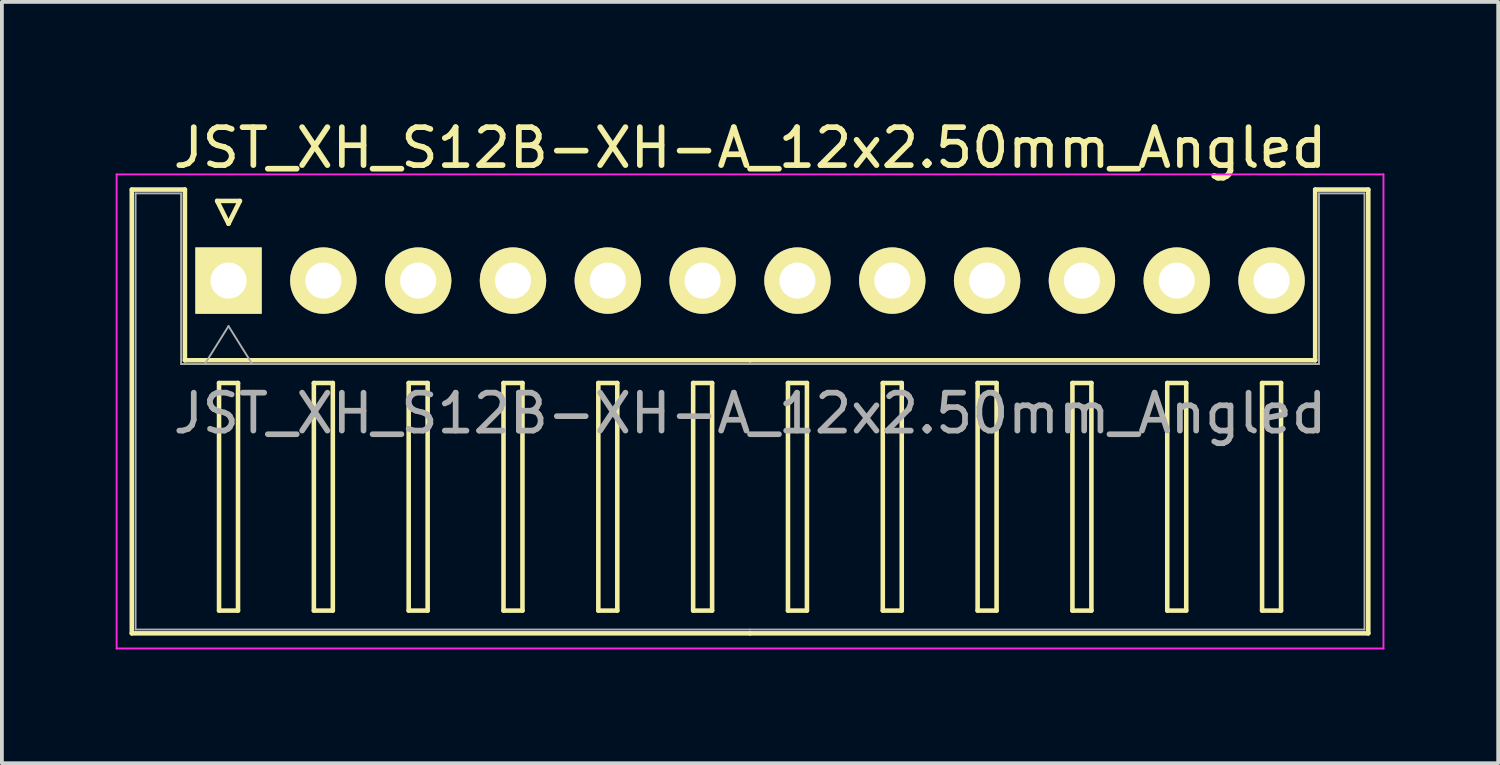
<source format=kicad_pcb>
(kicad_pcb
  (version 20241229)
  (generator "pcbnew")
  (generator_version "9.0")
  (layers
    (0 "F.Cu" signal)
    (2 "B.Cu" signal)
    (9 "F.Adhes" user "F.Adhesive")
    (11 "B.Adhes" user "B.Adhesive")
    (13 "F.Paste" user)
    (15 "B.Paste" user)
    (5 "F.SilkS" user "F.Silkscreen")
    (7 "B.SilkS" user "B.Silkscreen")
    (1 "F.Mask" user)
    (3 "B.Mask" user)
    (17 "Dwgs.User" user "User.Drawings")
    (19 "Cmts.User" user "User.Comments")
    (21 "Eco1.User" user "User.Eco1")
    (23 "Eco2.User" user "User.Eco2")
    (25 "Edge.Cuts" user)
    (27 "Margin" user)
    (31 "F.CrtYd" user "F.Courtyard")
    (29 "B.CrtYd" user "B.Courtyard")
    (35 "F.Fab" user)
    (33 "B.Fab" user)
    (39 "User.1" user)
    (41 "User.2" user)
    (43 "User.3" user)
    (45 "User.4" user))
  (footprint "JST_XH_S12B-XH-A_12x2.50mm_Angled"
    (layer "F.Cu")
    (at 2.975 4.348)
    (property "Reference" "JST_XH_S12B-XH-A_12x2.50mm_Angled" (at 13.75 3.5 0) (layer "F.Fab") (effects (font (size 1 1) (thickness 0.15))))
    (attr through_hole)
    (fp_line (start -2.55 -2.4) (end -1.15 -2.4) (stroke (width 0.12) (type solid)) (layer "F.SilkS"))
    (fp_line (start -2.55 9.3) (end -2.55 -2.4) (stroke (width 0.12) (type solid)) (layer "F.SilkS"))
    (fp_line (start -1.15 -2.4) (end -1.15 2.1) (stroke (width 0.12) (type solid)) (layer "F.SilkS"))
    (fp_line (start -1.15 2.1) (end 13.75 2.1) (stroke (width 0.12) (type solid)) (layer "F.SilkS"))
    (fp_line (start -0.3 -2.1) (end 0.3 -2.1) (stroke (width 0.12) (type solid)) (layer "F.SilkS"))
    (fp_line (start -0.25 2.7) (end -0.25 8.7) (stroke (width 0.12) (type solid)) (layer "F.SilkS"))
    (fp_line (start -0.25 8.7) (end 0.25 8.7) (stroke (width 0.12) (type solid)) (layer "F.SilkS"))
    (fp_line (start 0 -1.5) (end -0.3 -2.1) (stroke (width 0.12) (type solid)) (layer "F.SilkS"))
    (fp_line (start 0.25 2.7) (end -0.25 2.7) (stroke (width 0.12) (type solid)) (layer "F.SilkS"))
    (fp_line (start 0.25 8.7) (end 0.25 2.7) (stroke (width 0.12) (type solid)) (layer "F.SilkS"))
    (fp_line (start 0.3 -2.1) (end 0 -1.5) (stroke (width 0.12) (type solid)) (layer "F.SilkS"))
    (fp_line (start 2.25 2.7) (end 2.25 8.7) (stroke (width 0.12) (type solid)) (layer "F.SilkS"))
    (fp_line (start 2.25 8.7) (end 2.75 8.7) (stroke (width 0.12) (type solid)) (layer "F.SilkS"))
    (fp_line (start 2.75 2.7) (end 2.25 2.7) (stroke (width 0.12) (type solid)) (layer "F.SilkS"))
    (fp_line (start 2.75 8.7) (end 2.75 2.7) (stroke (width 0.12) (type solid)) (layer "F.SilkS"))
    (fp_line (start 4.75 2.7) (end 4.75 8.7) (stroke (width 0.12) (type solid)) (layer "F.SilkS"))
    (fp_line (start 4.75 8.7) (end 5.25 8.7) (stroke (width 0.12) (type solid)) (layer "F.SilkS"))
    (fp_line (start 5.25 2.7) (end 4.75 2.7) (stroke (width 0.12) (type solid)) (layer "F.SilkS"))
    (fp_line (start 5.25 8.7) (end 5.25 2.7) (stroke (width 0.12) (type solid)) (layer "F.SilkS"))
    (fp_line (start 7.25 2.7) (end 7.25 8.7) (stroke (width 0.12) (type solid)) (layer "F.SilkS"))
    (fp_line (start 7.25 8.7) (end 7.75 8.7) (stroke (width 0.12) (type solid)) (layer "F.SilkS"))
    (fp_line (start 7.75 2.7) (end 7.25 2.7) (stroke (width 0.12) (type solid)) (layer "F.SilkS"))
    (fp_line (start 7.75 8.7) (end 7.75 2.7) (stroke (width 0.12) (type solid)) (layer "F.SilkS"))
    (fp_line (start 9.75 2.7) (end 9.75 8.7) (stroke (width 0.12) (type solid)) (layer "F.SilkS"))
    (fp_line (start 9.75 8.7) (end 10.25 8.7) (stroke (width 0.12) (type solid)) (layer "F.SilkS"))
    (fp_line (start 10.25 2.7) (end 9.75 2.7) (stroke (width 0.12) (type solid)) (layer "F.SilkS"))
    (fp_line (start 10.25 8.7) (end 10.25 2.7) (stroke (width 0.12) (type solid)) (layer "F.SilkS"))
    (fp_line (start 12.25 2.7) (end 12.25 8.7) (stroke (width 0.12) (type solid)) (layer "F.SilkS"))
    (fp_line (start 12.25 8.7) (end 12.75 8.7) (stroke (width 0.12) (type solid)) (layer "F.SilkS"))
    (fp_line (start 12.75 2.7) (end 12.25 2.7) (stroke (width 0.12) (type solid)) (layer "F.SilkS"))
    (fp_line (start 12.75 8.7) (end 12.75 2.7) (stroke (width 0.12) (type solid)) (layer "F.SilkS"))
    (fp_line (start 13.75 9.3) (end -2.55 9.3) (stroke (width 0.12) (type solid)) (layer "F.SilkS"))
    (fp_line (start 13.75 9.3) (end 30.05 9.3) (stroke (width 0.12) (type solid)) (layer "F.SilkS"))
    (fp_line (start 14.75 2.7) (end 14.75 8.7) (stroke (width 0.12) (type solid)) (layer "F.SilkS"))
    (fp_line (start 14.75 8.7) (end 15.25 8.7) (stroke (width 0.12) (type solid)) (layer "F.SilkS"))
    (fp_line (start 15.25 2.7) (end 14.75 2.7) (stroke (width 0.12) (type solid)) (layer "F.SilkS"))
    (fp_line (start 15.25 8.7) (end 15.25 2.7) (stroke (width 0.12) (type solid)) (layer "F.SilkS"))
    (fp_line (start 17.25 2.7) (end 17.25 8.7) (stroke (width 0.12) (type solid)) (layer "F.SilkS"))
    (fp_line (start 17.25 8.7) (end 17.75 8.7) (stroke (width 0.12) (type solid)) (layer "F.SilkS"))
    (fp_line (start 17.75 2.7) (end 17.25 2.7) (stroke (width 0.12) (type solid)) (layer "F.SilkS"))
    (fp_line (start 17.75 8.7) (end 17.75 2.7) (stroke (width 0.12) (type solid)) (layer "F.SilkS"))
    (fp_line (start 19.75 2.7) (end 19.75 8.7) (stroke (width 0.12) (type solid)) (layer "F.SilkS"))
    (fp_line (start 19.75 8.7) (end 20.25 8.7) (stroke (width 0.12) (type solid)) (layer "F.SilkS"))
    (fp_line (start 20.25 2.7) (end 19.75 2.7) (stroke (width 0.12) (type solid)) (layer "F.SilkS"))
    (fp_line (start 20.25 8.7) (end 20.25 2.7) (stroke (width 0.12) (type solid)) (layer "F.SilkS"))
    (fp_line (start 22.25 2.7) (end 22.25 8.7) (stroke (width 0.12) (type solid)) (layer "F.SilkS"))
    (fp_line (start 22.25 8.7) (end 22.75 8.7) (stroke (width 0.12) (type solid)) (layer "F.SilkS"))
    (fp_line (start 22.75 2.7) (end 22.25 2.7) (stroke (width 0.12) (type solid)) (layer "F.SilkS"))
    (fp_line (start 22.75 8.7) (end 22.75 2.7) (stroke (width 0.12) (type solid)) (layer "F.SilkS"))
    (fp_line (start 24.75 2.7) (end 24.75 8.7) (stroke (width 0.12) (type solid)) (layer "F.SilkS"))
    (fp_line (start 24.75 8.7) (end 25.25 8.7) (stroke (width 0.12) (type solid)) (layer "F.SilkS"))
    (fp_line (start 25.25 2.7) (end 24.75 2.7) (stroke (width 0.12) (type solid)) (layer "F.SilkS"))
    (fp_line (start 25.25 8.7) (end 25.25 2.7) (stroke (width 0.12) (type solid)) (layer "F.SilkS"))
    (fp_line (start 27.25 2.7) (end 27.25 8.7) (stroke (width 0.12) (type solid)) (layer "F.SilkS"))
    (fp_line (start 27.25 8.7) (end 27.75 8.7) (stroke (width 0.12) (type solid)) (layer "F.SilkS"))
    (fp_line (start 27.75 2.7) (end 27.25 2.7) (stroke (width 0.12) (type solid)) (layer "F.SilkS"))
    (fp_line (start 27.75 8.7) (end 27.75 2.7) (stroke (width 0.12) (type solid)) (layer "F.SilkS"))
    (fp_line (start 28.65 -2.4) (end 28.65 2.1) (stroke (width 0.12) (type solid)) (layer "F.SilkS"))
    (fp_line (start 28.65 2.1) (end 13.75 2.1) (stroke (width 0.12) (type solid)) (layer "F.SilkS"))
    (fp_line (start 30.05 -2.4) (end 28.65 -2.4) (stroke (width 0.12) (type solid)) (layer "F.SilkS"))
    (fp_line (start 30.05 9.3) (end 30.05 -2.4) (stroke (width 0.12) (type solid)) (layer "F.SilkS"))
    (fp_line (start -2.95 -2.8) (end -2.95 9.7) (stroke (width 0.05) (type solid)) (layer "F.CrtYd"))
    (fp_line (start -2.95 9.7) (end 30.45 9.7) (stroke (width 0.05) (type solid)) (layer "F.CrtYd"))
    (fp_line (start 30.45 -2.8) (end -2.95 -2.8) (stroke (width 0.05) (type solid)) (layer "F.CrtYd"))
    (fp_line (start 30.45 9.7) (end 30.45 -2.8) (stroke (width 0.05) (type solid)) (layer "F.CrtYd"))
    (fp_line (start -2.45 -2.3) (end -1.25 -2.3) (stroke (width 0.05) (type solid)) (layer "F.Fab"))
    (fp_line (start -2.45 9.2) (end -2.45 -2.3) (stroke (width 0.05) (type solid)) (layer "F.Fab"))
    (fp_line (start -1.25 -2.3) (end -1.25 2.2) (stroke (width 0.05) (type solid)) (layer "F.Fab"))
    (fp_line (start -1.25 2.2) (end 13.75 2.2) (stroke (width 0.05) (type solid)) (layer "F.Fab"))
    (fp_line (start -0.625 2.2) (end 0 1.2) (stroke (width 0.05) (type solid)) (layer "F.Fab"))
    (fp_line (start 0 1.2) (end 0.625 2.2) (stroke (width 0.05) (type solid)) (layer "F.Fab"))
    (fp_line (start 13.75 9.2) (end -2.45 9.2) (stroke (width 0.05) (type solid)) (layer "F.Fab"))
    (fp_line (start 13.75 9.2) (end 29.95 9.2) (stroke (width 0.05) (type solid)) (layer "F.Fab"))
    (fp_line (start 28.75 -2.3) (end 28.75 2.2) (stroke (width 0.05) (type solid)) (layer "F.Fab"))
    (fp_line (start 28.75 2.2) (end 13.75 2.2) (stroke (width 0.05) (type solid)) (layer "F.Fab"))
    (fp_line (start 29.95 -2.3) (end 28.75 -2.3) (stroke (width 0.05) (type solid)) (layer "F.Fab"))
    (fp_line (start 29.95 9.2) (end 29.95 -2.3) (stroke (width 0.05) (type solid)) (layer "F.Fab"))
    (fp_text user "${REFERENCE}" (at 13.75 -3.5 0) (layer "F.SilkS") (effects (font (size 1 1) (thickness 0.15))))
    (pad "1" thru_hole rect (at 0 0) (size 1.75 1.75) (drill 0.95) (layers "*.Cu" "*.Mask" "F.SilkS"))
    (pad "2" thru_hole circle (at 2.5 0) (size 1.75 1.75) (drill 0.95) (layers "*.Cu" "*.Mask" "F.SilkS"))
    (pad "3" thru_hole circle (at 5 0) (size 1.75 1.75) (drill 0.95) (layers "*.Cu" "*.Mask" "F.SilkS"))
    (pad "4" thru_hole circle (at 7.5 0) (size 1.75 1.75) (drill 0.95) (layers "*.Cu" "*.Mask" "F.SilkS"))
    (pad "5" thru_hole circle (at 10 0) (size 1.75 1.75) (drill 0.95) (layers "*.Cu" "*.Mask" "F.SilkS"))
    (pad "6" thru_hole circle (at 12.5 0) (size 1.75 1.75) (drill 0.95) (layers "*.Cu" "*.Mask" "F.SilkS"))
    (pad "7" thru_hole circle (at 15 0) (size 1.75 1.75) (drill 0.95) (layers "*.Cu" "*.Mask" "F.SilkS"))
    (pad "8" thru_hole circle (at 17.5 0) (size 1.75 1.75) (drill 0.95) (layers "*.Cu" "*.Mask" "F.SilkS"))
    (pad "9" thru_hole circle (at 20 0) (size 1.75 1.75) (drill 0.95) (layers "*.Cu" "*.Mask" "F.SilkS"))
    (pad "10" thru_hole circle (at 22.5 0) (size 1.75 1.75) (drill 0.95) (layers "*.Cu" "*.Mask" "F.SilkS"))
    (pad "11" thru_hole circle (at 25 0) (size 1.75 1.75) (drill 0.95) (layers "*.Cu" "*.Mask" "F.SilkS"))
    (pad "12" thru_hole circle (at 27.5 0) (size 1.75 1.75) (drill 0.95) (layers "*.Cu" "*.Mask" "F.SilkS")))
  (gr_rect
    (start -3 -3)
    (end 36.45 17.073)
    (stroke (width 0.1) (type default))
    (fill no)
    (layer "Edge.Cuts")))
</source>
